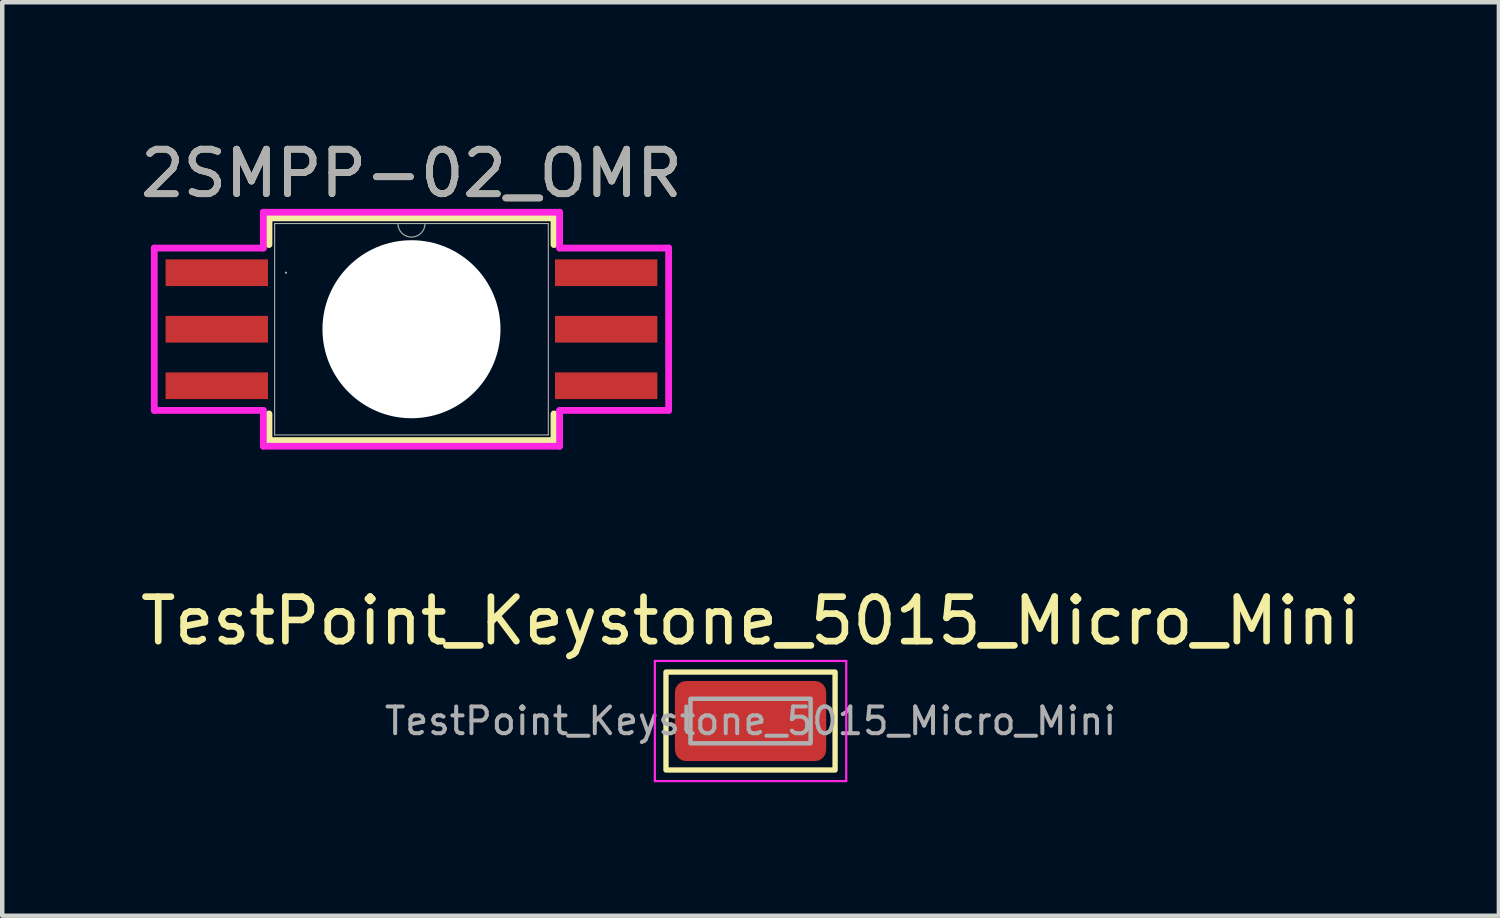
<source format=kicad_pcb>
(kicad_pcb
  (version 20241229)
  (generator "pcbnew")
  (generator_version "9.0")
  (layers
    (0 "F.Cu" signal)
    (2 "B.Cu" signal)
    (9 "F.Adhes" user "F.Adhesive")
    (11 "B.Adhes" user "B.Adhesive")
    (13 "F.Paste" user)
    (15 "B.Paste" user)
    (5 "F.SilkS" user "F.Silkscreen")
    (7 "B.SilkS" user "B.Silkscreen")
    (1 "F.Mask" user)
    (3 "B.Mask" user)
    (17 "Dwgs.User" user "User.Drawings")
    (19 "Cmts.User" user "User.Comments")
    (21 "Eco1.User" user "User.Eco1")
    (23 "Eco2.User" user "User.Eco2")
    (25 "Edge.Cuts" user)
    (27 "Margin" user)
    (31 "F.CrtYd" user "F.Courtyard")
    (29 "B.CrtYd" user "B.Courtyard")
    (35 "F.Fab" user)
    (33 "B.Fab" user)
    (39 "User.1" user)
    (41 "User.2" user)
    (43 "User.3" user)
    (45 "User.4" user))
  (footprint "TestPoint_Keystone_5015_Micro_Mini"
    (layer "F.Cu")
    (at 13.815 13.152)
    (property "Reference" "TestPoint_Keystone_5015_Micro_Mini" (at 0 -2.25 0) (layer "F.SilkS") (effects (font (size 1 1) (thickness 0.15))))
    (attr smd)
    (fp_rect (start -1.9 -1.1) (end 1.9 1.1) (stroke (width 0.12) (type default)) (fill no) (layer "F.SilkS"))
    (fp_line (start -2.15 -1.35) (end 2.15 -1.35) (stroke (width 0.05) (type solid)) (layer "F.CrtYd"))
    (fp_line (start -2.15 1.35) (end -2.15 -1.35) (stroke (width 0.05) (type solid)) (layer "F.CrtYd"))
    (fp_line (start 2.15 -1.35) (end 2.15 1.35) (stroke (width 0.05) (type solid)) (layer "F.CrtYd"))
    (fp_line (start 2.15 1.35) (end -2.15 1.35) (stroke (width 0.05) (type solid)) (layer "F.CrtYd"))
    (fp_rect (start -1.35 -0.5) (end 1.35 0.5) (stroke (width 0.1) (type default)) (fill no) (layer "F.Fab"))
    (fp_text user "${REFERENCE}" (at 0 0 0) (layer "F.Fab") (effects (font (size 0.6 0.6) (thickness 0.09))))
    (pad "1" smd roundrect (at 0 0) (size 3.4 1.8) (layers "F.Cu" "F.Mask" "F.Paste") (roundrect_rratio 0.139)))
  (footprint "2SMPP-02_OMR"
    (layer "F.Cu")
    (at 6.196 4.348)
    (property "Reference" "2SMPP-02_OMR" (at 0 -3.5 0) (unlocked yes) (layer "F.SilkS") (effects (font (size 1 1) (thickness 0.15))))
    (attr smd)
    (fp_line (start -3.202 -2.502) (end -3.202 -1.902) (stroke (width 0.152) (type solid)) (layer "F.SilkS"))
    (fp_line (start -3.202 1.902) (end -3.202 2.502) (stroke (width 0.152) (type solid)) (layer "F.SilkS"))
    (fp_line (start -3.202 2.502) (end 3.202 2.502) (stroke (width 0.152) (type solid)) (layer "F.SilkS"))
    (fp_line (start 3.202 -2.502) (end -3.202 -2.502) (stroke (width 0.152) (type solid)) (layer "F.SilkS"))
    (fp_line (start 3.202 -1.902) (end 3.202 -2.502) (stroke (width 0.152) (type solid)) (layer "F.SilkS"))
    (fp_line (start 3.202 2.502) (end 3.202 1.902) (stroke (width 0.152) (type solid)) (layer "F.SilkS"))
    (fp_line (start -5.779 -1.824) (end -3.329 -1.824) (stroke (width 0.152) (type solid)) (layer "F.CrtYd"))
    (fp_line (start -5.779 1.824) (end -5.779 -1.824) (stroke (width 0.152) (type solid)) (layer "F.CrtYd"))
    (fp_line (start -5.779 1.824) (end -3.329 1.824) (stroke (width 0.152) (type solid)) (layer "F.CrtYd"))
    (fp_line (start -3.329 -2.629) (end 3.329 -2.629) (stroke (width 0.152) (type solid)) (layer "F.CrtYd"))
    (fp_line (start -3.329 -1.824) (end -3.329 -2.629) (stroke (width 0.152) (type solid)) (layer "F.CrtYd"))
    (fp_line (start -3.329 2.629) (end -3.329 1.824) (stroke (width 0.152) (type solid)) (layer "F.CrtYd"))
    (fp_line (start 3.329 -2.629) (end 3.329 -1.824) (stroke (width 0.152) (type solid)) (layer "F.CrtYd"))
    (fp_line (start 3.329 1.824) (end 3.329 2.629) (stroke (width 0.152) (type solid)) (layer "F.CrtYd"))
    (fp_line (start 3.329 2.629) (end -3.329 2.629) (stroke (width 0.152) (type solid)) (layer "F.CrtYd"))
    (fp_line (start 5.779 -1.824) (end 3.329 -1.824) (stroke (width 0.152) (type solid)) (layer "F.CrtYd"))
    (fp_line (start 5.779 -1.824) (end 5.779 1.824) (stroke (width 0.152) (type solid)) (layer "F.CrtYd"))
    (fp_line (start 5.779 1.824) (end 3.329 1.824) (stroke (width 0.152) (type solid)) (layer "F.CrtYd"))
    (fp_line (start -3.075 -2.375) (end -3.075 2.375) (stroke (width 0.025) (type solid)) (layer "F.Fab"))
    (fp_line (start -3.075 2.375) (end 3.075 2.375) (stroke (width 0.025) (type solid)) (layer "F.Fab"))
    (fp_line (start 3.075 -2.375) (end -3.075 -2.375) (stroke (width 0.025) (type solid)) (layer "F.Fab"))
    (fp_line (start 3.075 2.375) (end 3.075 -2.375) (stroke (width 0.025) (type solid)) (layer "F.Fab"))
    (fp_arc (start 0.3048 -2.375) (mid 0 -2.0702) (end -0.3048 -2.375) (stroke (width 0.0254) (type solid)) (layer "F.Fab"))
    (fp_circle (center -2.821 -1.27) (end -2.821 -1.27) (stroke (width 0.025) (type solid)) (fill no) (layer "F.Fab"))
    (fp_text user "${REFERENCE}" (at 0 -3.5 0) (unlocked yes) (layer "F.Fab") (effects (font (size 1 1) (thickness 0.15))))
    (pad "" np_thru_hole circle (at 0 0) (size 4 4) (drill 4) (layers "*.Cu" "*.Mask"))
    (pad "1" smd rect (at -4.375 -1.27) (size 2.3 0.6) (layers "F.Cu" "F.Mask" "F.Paste"))
    (pad "2" smd rect (at -4.375 0) (size 2.3 0.6) (layers "F.Cu" "F.Mask" "F.Paste"))
    (pad "3" smd rect (at -4.375 1.27) (size 2.3 0.6) (layers "F.Cu" "F.Mask" "F.Paste"))
    (pad "4" smd rect (at 4.375 1.27) (size 2.3 0.6) (layers "F.Cu" "F.Mask" "F.Paste"))
    (pad "5" smd rect (at 4.375 0) (size 2.3 0.6) (layers "F.Cu" "F.Mask" "F.Paste"))
    (pad "6" smd rect (at 4.375 -1.27) (size 2.3 0.6) (layers "F.Cu" "F.Mask" "F.Paste")))
  (gr_rect
    (start -3 -3)
    (end 30.631 17.527)
    (stroke (width 0.1) (type default))
    (fill no)
    (layer "Edge.Cuts")))
</source>
